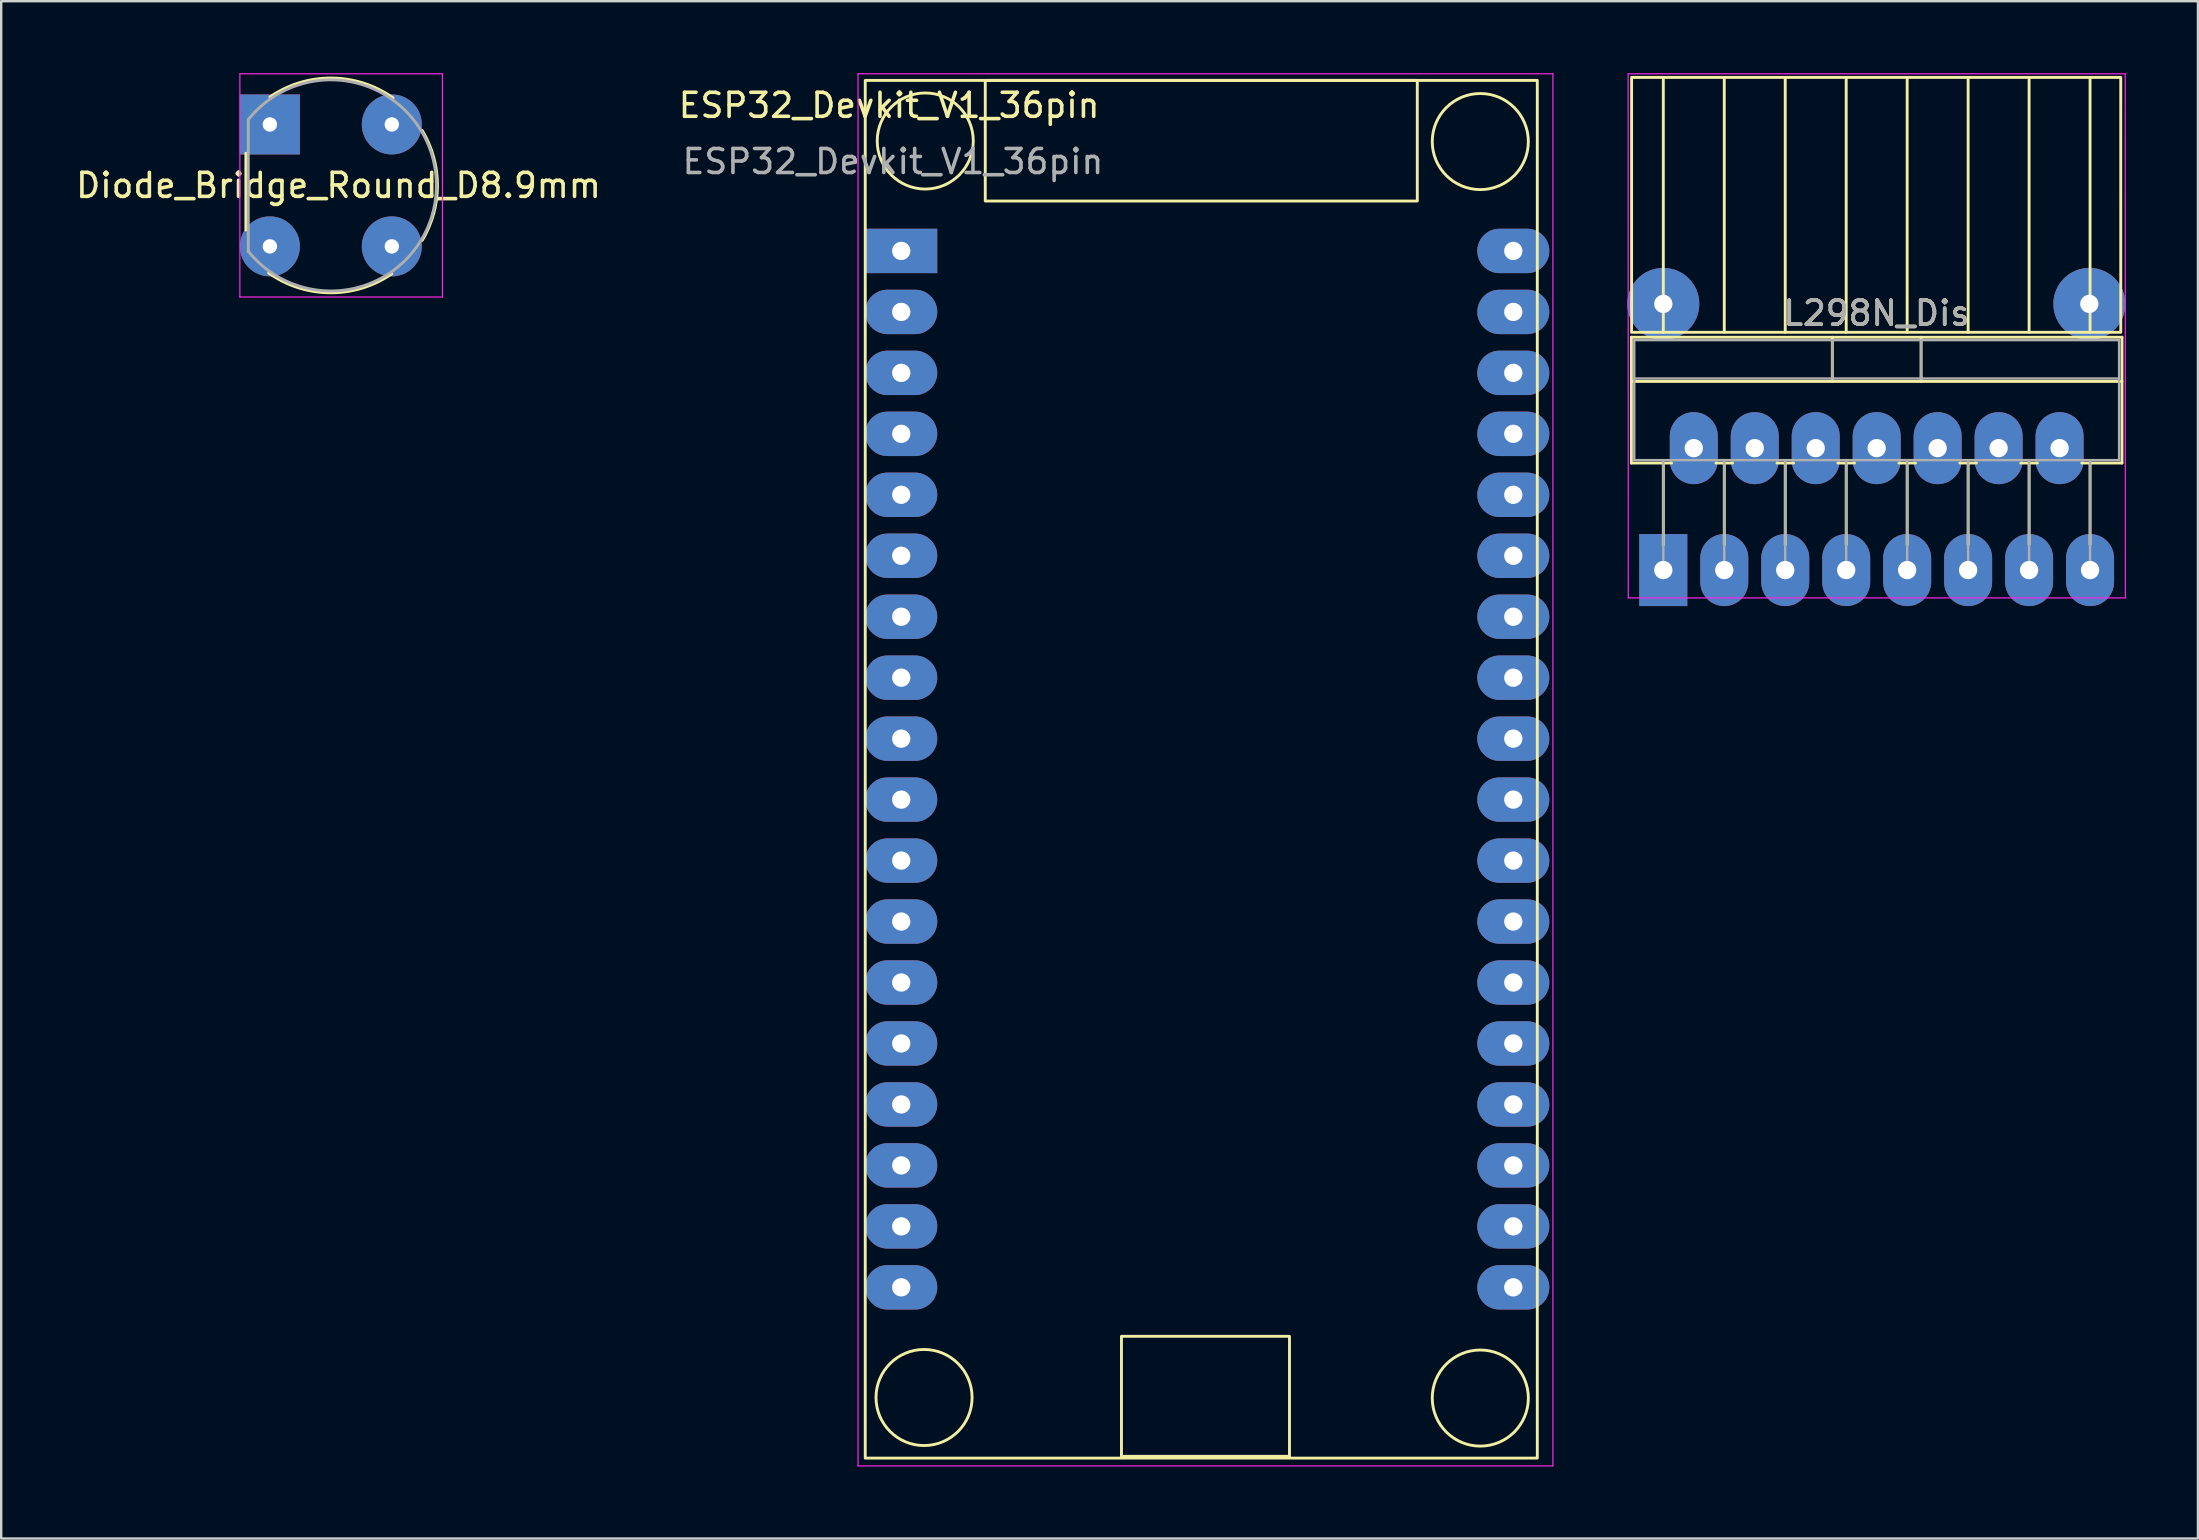
<source format=kicad_pcb>
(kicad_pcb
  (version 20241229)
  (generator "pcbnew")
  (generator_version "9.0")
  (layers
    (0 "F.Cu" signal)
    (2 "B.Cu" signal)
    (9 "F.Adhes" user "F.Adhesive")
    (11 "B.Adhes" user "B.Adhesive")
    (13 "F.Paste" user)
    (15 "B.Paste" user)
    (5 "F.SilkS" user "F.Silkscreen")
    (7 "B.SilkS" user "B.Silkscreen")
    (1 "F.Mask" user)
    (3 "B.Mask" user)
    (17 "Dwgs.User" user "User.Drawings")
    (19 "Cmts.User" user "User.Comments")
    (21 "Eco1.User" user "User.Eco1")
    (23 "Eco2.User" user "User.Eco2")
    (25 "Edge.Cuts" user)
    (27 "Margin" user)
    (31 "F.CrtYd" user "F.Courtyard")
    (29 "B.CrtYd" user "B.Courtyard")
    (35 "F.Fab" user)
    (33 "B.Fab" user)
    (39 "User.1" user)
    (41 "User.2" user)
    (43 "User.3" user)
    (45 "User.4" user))
  (footprint "L298N_Dis"
    (layer "F.Cu")
    (at 64.924 21.611)
    (property "Reference" "L298N_Dis" (at 10.215 -11.61 180) (layer "F.SilkS") (effects (font (size 1 1) (thickness 0.15))))
    (attr through_hole)
    (fp_line (start -0.005 -10.61) (end -0.005 -5.369) (stroke (width 0.12) (type solid)) (layer "F.SilkS"))
    (fp_line (start -0.005 -10.61) (end 20.435 -10.61) (stroke (width 0.12) (type solid)) (layer "F.SilkS"))
    (fp_line (start -0.005 -8.77) (end 20.435 -8.77) (stroke (width 0.12) (type solid)) (layer "F.SilkS"))
    (fp_line (start -0.005 -5.369) (end 1.671 -5.369) (stroke (width 0.12) (type solid)) (layer "F.SilkS"))
    (fp_line (start 1.325 -10.816) (end 1.325 -21.408) (stroke (width 0.12) (type solid)) (layer "F.SilkS"))
    (fp_line (start 1.325 -5.369) (end 1.325 -1.96) (stroke (width 0.12) (type solid)) (layer "F.SilkS"))
    (fp_line (start 3.52 -5.369) (end 4.211 -5.369) (stroke (width 0.12) (type solid)) (layer "F.SilkS"))
    (fp_line (start 3.865 -10.816) (end 3.865 -21.408) (stroke (width 0.12) (type solid)) (layer "F.SilkS"))
    (fp_line (start 3.865 -5.369) (end 3.865 -1.975) (stroke (width 0.12) (type solid)) (layer "F.SilkS"))
    (fp_line (start 6.06 -5.369) (end 6.751 -5.369) (stroke (width 0.12) (type solid)) (layer "F.SilkS"))
    (fp_line (start 6.405 -10.816) (end 6.405 -21.433) (stroke (width 0.12) (type solid)) (layer "F.SilkS"))
    (fp_line (start 6.405 -5.369) (end 6.405 -1.975) (stroke (width 0.12) (type solid)) (layer "F.SilkS"))
    (fp_line (start 8.366 -10.61) (end 8.366 -8.77) (stroke (width 0.12) (type solid)) (layer "F.SilkS"))
    (fp_line (start 8.6 -5.369) (end 9.291 -5.369) (stroke (width 0.12) (type solid)) (layer "F.SilkS"))
    (fp_line (start 8.945 -10.816) (end 8.945 -21.433) (stroke (width 0.12) (type solid)) (layer "F.SilkS"))
    (fp_line (start 8.945 -5.369) (end 8.945 -1.975) (stroke (width 0.12) (type solid)) (layer "F.SilkS"))
    (fp_line (start 11.14 -5.369) (end 11.831 -5.369) (stroke (width 0.12) (type solid)) (layer "F.SilkS"))
    (fp_line (start 11.485 -21.382) (end 11.485 -10.816) (stroke (width 0.12) (type solid)) (layer "F.SilkS"))
    (fp_line (start 11.485 -5.369) (end 11.485 -1.975) (stroke (width 0.12) (type solid)) (layer "F.SilkS"))
    (fp_line (start 12.065 -10.61) (end 12.065 -8.77) (stroke (width 0.12) (type solid)) (layer "F.SilkS"))
    (fp_line (start 13.68 -5.369) (end 14.371 -5.369) (stroke (width 0.12) (type solid)) (layer "F.SilkS"))
    (fp_line (start 14.025 -21.408) (end 14.025 -10.816) (stroke (width 0.12) (type solid)) (layer "F.SilkS"))
    (fp_line (start 14.025 -5.369) (end 14.025 -1.975) (stroke (width 0.12) (type solid)) (layer "F.SilkS"))
    (fp_line (start 16.22 -5.369) (end 16.911 -5.369) (stroke (width 0.12) (type solid)) (layer "F.SilkS"))
    (fp_line (start 16.565 -10.816) (end 16.565 -21.408) (stroke (width 0.12) (type solid)) (layer "F.SilkS"))
    (fp_line (start 16.565 -5.369) (end 16.565 -1.975) (stroke (width 0.12) (type solid)) (layer "F.SilkS"))
    (fp_line (start 18.76 -5.369) (end 20.435 -5.369) (stroke (width 0.12) (type solid)) (layer "F.SilkS"))
    (fp_line (start 19.105 -10.816) (end 19.105 -21.433) (stroke (width 0.12) (type solid)) (layer "F.SilkS"))
    (fp_line (start 19.105 -5.369) (end 19.105 -1.975) (stroke (width 0.12) (type solid)) (layer "F.SilkS"))
    (fp_line (start 20.435 -10.61) (end 20.435 -5.369) (stroke (width 0.12) (type solid)) (layer "F.SilkS"))
    (fp_rect (start 0.004 -10.816) (end 20.384 -21.436) (stroke (width 0.12) (type solid)) (fill no) (layer "F.SilkS"))
    (fp_line (start -0.14 -21.586) (end -0.135 0.25) (stroke (width 0.05) (type solid)) (layer "F.CrtYd"))
    (fp_line (start -0.135 0.25) (end 20.575 0.25) (stroke (width 0.05) (type solid)) (layer "F.CrtYd"))
    (fp_line (start 20.57 -21.586) (end -0.14 -21.586) (stroke (width 0.05) (type solid)) (layer "F.CrtYd"))
    (fp_line (start 20.575 0.25) (end 20.57 -21.586) (stroke (width 0.05) (type solid)) (layer "F.CrtYd"))
    (fp_line (start 0.115 -10.49) (end 0.115 -5.49) (stroke (width 0.1) (type solid)) (layer "F.Fab"))
    (fp_line (start 0.115 -8.89) (end 20.315 -8.89) (stroke (width 0.1) (type solid)) (layer "F.Fab"))
    (fp_line (start 0.115 -5.49) (end 20.315 -5.49) (stroke (width 0.1) (type solid)) (layer "F.Fab"))
    (fp_line (start 1.325 -5.49) (end 1.325 -0.91) (stroke (width 0.1) (type solid)) (layer "F.Fab"))
    (fp_line (start 3.865 -5.49) (end 3.865 -0.91) (stroke (width 0.1) (type solid)) (layer "F.Fab"))
    (fp_line (start 6.405 -5.49) (end 6.405 -0.91) (stroke (width 0.1) (type solid)) (layer "F.Fab"))
    (fp_line (start 8.365 -10.49) (end 8.365 -8.89) (stroke (width 0.1) (type solid)) (layer "F.Fab"))
    (fp_line (start 8.945 -5.49) (end 8.945 -0.91) (stroke (width 0.1) (type solid)) (layer "F.Fab"))
    (fp_line (start 11.485 -5.49) (end 11.485 -0.91) (stroke (width 0.1) (type solid)) (layer "F.Fab"))
    (fp_line (start 12.065 -10.49) (end 12.065 -8.89) (stroke (width 0.1) (type solid)) (layer "F.Fab"))
    (fp_line (start 14.025 -5.49) (end 14.025 -0.91) (stroke (width 0.1) (type solid)) (layer "F.Fab"))
    (fp_line (start 16.565 -5.49) (end 16.565 -0.91) (stroke (width 0.1) (type solid)) (layer "F.Fab"))
    (fp_line (start 19.105 -5.49) (end 19.105 -0.91) (stroke (width 0.1) (type solid)) (layer "F.Fab"))
    (fp_line (start 20.315 -10.49) (end 0.115 -10.49) (stroke (width 0.1) (type solid)) (layer "F.Fab"))
    (fp_line (start 20.315 -5.49) (end 20.315 -10.49) (stroke (width 0.1) (type solid)) (layer "F.Fab"))
    (fp_text user "${REFERENCE}" (at 10.215 -11.61 180) (layer "F.Fab") (effects (font (size 1 1) (thickness 0.15))))
    (pad "1" thru_hole rect (at 1.325 -0.91) (size 2 3) (drill 0.762) (layers "*.Cu" "*.Mask"))
    (pad "2" thru_hole oval (at 2.595 -5.99) (size 2 3) (drill 0.762) (layers "*.Cu" "*.Mask"))
    (pad "3" thru_hole oval (at 3.865 -0.91) (size 2 3) (drill 0.762) (layers "*.Cu" "*.Mask"))
    (pad "4" thru_hole oval (at 5.135 -5.99) (size 2 3) (drill 0.762) (layers "*.Cu" "*.Mask"))
    (pad "5" thru_hole oval (at 6.405 -0.91) (size 2 3) (drill 0.762) (layers "*.Cu" "*.Mask"))
    (pad "6" thru_hole oval (at 7.675 -5.99) (size 2 3) (drill 0.762) (layers "*.Cu" "*.Mask"))
    (pad "7" thru_hole oval (at 8.945 -0.91) (size 2 3) (drill 0.762) (layers "*.Cu" "*.Mask"))
    (pad "8" thru_hole oval (at 10.215 -5.99) (size 2 3) (drill 0.762) (layers "*.Cu" "*.Mask"))
    (pad "9" thru_hole oval (at 11.485 -0.91) (size 2 3) (drill 0.762) (layers "*.Cu" "*.Mask"))
    (pad "10" thru_hole oval (at 12.755 -5.99) (size 2 3) (drill 0.762) (layers "*.Cu" "*.Mask"))
    (pad "11" thru_hole oval (at 14.025 -0.91) (size 2 3) (drill 0.762) (layers "*.Cu" "*.Mask"))
    (pad "12" thru_hole oval (at 15.295 -5.99) (size 2 3) (drill 0.762) (layers "*.Cu" "*.Mask"))
    (pad "13" thru_hole oval (at 16.565 -0.91) (size 2 3) (drill 0.762) (layers "*.Cu" "*.Mask"))
    (pad "14" thru_hole oval (at 17.835 -5.99) (size 2 3) (drill 0.762) (layers "*.Cu" "*.Mask"))
    (pad "15" thru_hole oval (at 19.105 -0.91) (size 2 3) (drill 0.762) (layers "*.Cu" "*.Mask"))
    (pad "16" thru_hole circle (at 1.325 -12) (size 3 3) (drill 0.762) (layers "*.Cu" "*.Mask"))
    (pad "17" thru_hole circle (at 19.075 -12) (size 3 3) (drill 0.762) (layers "*.Cu" "*.Mask")))
  (footprint "ESP32_Devkit_V1_36pin"
    (layer "F.Cu")
    (at 32.999 0.3)
    (property "Reference" "ESP32_Devkit_V1_36pin" (at 0.995 1.04 0) (unlocked yes) (layer "F.SilkS") (effects (font (size 1 1) (thickness 0.15))))
    (attr through_hole)
    (fp_rect (start 0 0) (end 28 57.4) (stroke (width 0.12) (type solid)) (fill no) (layer "F.SilkS"))
    (fp_rect (start 5 0) (end 23 5.025) (stroke (width 0.12) (type solid)) (fill no) (layer "F.SilkS"))
    (fp_rect (start 10.675 52.325) (end 17.675 57.325) (stroke (width 0.12) (type solid)) (fill no) (layer "F.SilkS"))
    (fp_circle (center 2.45 54.875) (end 4.425 55.2) (stroke (width 0.12) (type solid)) (fill no) (layer "F.SilkS"))
    (fp_circle (center 2.5 2.525) (end 4.475 2.85) (stroke (width 0.12) (type solid)) (fill no) (layer "F.SilkS"))
    (fp_circle (center 25.625 2.548) (end 27.6 2.873) (stroke (width 0.12) (type solid)) (fill no) (layer "F.SilkS"))
    (fp_circle (center 25.625 54.898) (end 27.627 54.898) (stroke (width 0.12) (type solid)) (fill no) (layer "F.SilkS"))
    (fp_line (start -0.3 -0.275) (end 28.65 -0.275) (stroke (width 0.05) (type solid)) (layer "F.CrtYd"))
    (fp_line (start -0.3 57.725) (end -0.3 -0.275) (stroke (width 0.05) (type solid)) (layer "F.CrtYd"))
    (fp_line (start -0.3 57.725) (end 28.65 57.725) (stroke (width 0.05) (type solid)) (layer "F.CrtYd"))
    (fp_line (start 28.65 57.725) (end 28.65 -0.275) (stroke (width 0.05) (type solid)) (layer "F.CrtYd"))
    (fp_text user "${REFERENCE}" (at 1.155 3.38 0) (unlocked yes) (layer "F.Fab") (effects (font (size 1 1) (thickness 0.15))))
    (pad "1" thru_hole rect (at 1.5 7.105) (size 3 1.85) (drill 0.762) (layers "*.Cu" "*.Mask"))
    (pad "2" thru_hole oval (at 1.5 9.645) (size 3 1.85) (drill 0.762) (layers "*.Cu" "*.Mask"))
    (pad "3" thru_hole oval (at 1.5 12.185) (size 3 1.85) (drill 0.762) (layers "*.Cu" "*.Mask"))
    (pad "4" thru_hole oval (at 1.5 14.725) (size 3 1.85) (drill 0.762) (layers "*.Cu" "*.Mask"))
    (pad "5" thru_hole oval (at 1.5 17.265) (size 3 1.85) (drill 0.762) (layers "*.Cu" "*.Mask"))
    (pad "6" thru_hole oval (at 1.5 19.805) (size 3 1.85) (drill 0.762) (layers "*.Cu" "*.Mask"))
    (pad "7" thru_hole oval (at 1.5 22.345) (size 3 1.85) (drill 0.762) (layers "*.Cu" "*.Mask"))
    (pad "8" thru_hole oval (at 1.5 24.885) (size 3 1.85) (drill 0.762) (layers "*.Cu" "*.Mask"))
    (pad "9" thru_hole oval (at 1.5 27.425) (size 3 1.85) (drill 0.762) (layers "*.Cu" "*.Mask"))
    (pad "10" thru_hole oval (at 1.5 29.965) (size 3 1.85) (drill 0.762) (layers "*.Cu" "*.Mask"))
    (pad "11" thru_hole oval (at 1.5 32.505) (size 3 1.85) (drill 0.762) (layers "*.Cu" "*.Mask"))
    (pad "12" thru_hole oval (at 1.5 35.045) (size 3 1.85) (drill 0.762) (layers "*.Cu" "*.Mask"))
    (pad "13" thru_hole oval (at 1.5 37.585) (size 3 1.85) (drill 0.762) (layers "*.Cu" "*.Mask"))
    (pad "14" thru_hole oval (at 1.5 40.125) (size 3 1.85) (drill 0.762) (layers "*.Cu" "*.Mask"))
    (pad "15" thru_hole oval (at 1.5 42.665) (size 3 1.85) (drill 0.762) (layers "*.Cu" "*.Mask"))
    (pad "16" thru_hole oval (at 1.5 45.205) (size 3 1.85) (drill 0.762) (layers "*.Cu" "*.Mask"))
    (pad "17" thru_hole oval (at 1.5 47.745) (size 3 1.85) (drill 0.762) (layers "*.Cu" "*.Mask"))
    (pad "18" thru_hole oval (at 1.5 50.285) (size 3 1.85) (drill 0.762) (layers "*.Cu" "*.Mask"))
    (pad "19" thru_hole oval (at 27 50.285) (size 3 1.85) (drill 0.762) (layers "*.Cu" "*.Mask"))
    (pad "20" thru_hole oval (at 27 47.745) (size 3 1.85) (drill 0.762) (layers "*.Cu" "*.Mask"))
    (pad "21" thru_hole oval (at 27 45.205) (size 3 1.85) (drill 0.762) (layers "*.Cu" "*.Mask"))
    (pad "22" thru_hole oval (at 27 42.665) (size 3 1.85) (drill 0.762) (layers "*.Cu" "*.Mask"))
    (pad "23" thru_hole oval (at 27 40.125) (size 3 1.85) (drill 0.762) (layers "*.Cu" "*.Mask"))
    (pad "24" thru_hole oval (at 27 37.585) (size 3 1.85) (drill 0.762) (layers "*.Cu" "*.Mask"))
    (pad "25" thru_hole oval (at 27 35.045) (size 3 1.85) (drill 0.762) (layers "*.Cu" "*.Mask"))
    (pad "26" thru_hole oval (at 27 32.505) (size 3 1.85) (drill 0.762) (layers "*.Cu" "*.Mask"))
    (pad "27" thru_hole oval (at 27 29.965) (size 3 1.85) (drill 0.762) (layers "*.Cu" "*.Mask"))
    (pad "28" thru_hole oval (at 27 27.425) (size 3 1.85) (drill 0.762) (layers "*.Cu" "*.Mask"))
    (pad "29" thru_hole oval (at 27 24.885) (size 3 1.85) (drill 0.762) (layers "*.Cu" "*.Mask"))
    (pad "30" thru_hole oval (at 27 22.345) (size 3 1.85) (drill 0.762) (layers "*.Cu" "*.Mask"))
    (pad "31" thru_hole oval (at 27 19.805) (size 3 1.85) (drill 0.762) (layers "*.Cu" "*.Mask"))
    (pad "32" thru_hole oval (at 27 17.265) (size 3 1.85) (drill 0.762) (layers "*.Cu" "*.Mask"))
    (pad "33" thru_hole oval (at 27 14.725) (size 3 1.85) (drill 0.762) (layers "*.Cu" "*.Mask"))
    (pad "34" thru_hole oval (at 27 12.185) (size 3 1.85) (drill 0.762) (layers "*.Cu" "*.Mask"))
    (pad "35" thru_hole oval (at 27 9.645) (size 3 1.85) (drill 0.762) (layers "*.Cu" "*.Mask"))
    (pad "36" thru_hole oval (at 27 7.105) (size 3 1.85) (drill 0.762) (layers "*.Cu" "*.Mask")))
  (footprint "Diode_Bridge_Round_D8.9mm"
    (layer "F.Cu")
    (at 11.124 4.59)
    (property "Reference" "Diode_Bridge_Round_D8.9mm" (at -0.07 0.085 0) (unlocked yes) (layer "F.SilkS") (effects (font (size 1 1) (thickness 0.15))))
    (attr through_hole)
    (fp_line (start -3.93 -1.255) (end -3.93 1.945) (stroke (width 0.12) (type solid)) (layer "F.SilkS"))
    (fp_arc (start -2.93 -3.598) (mid -0.358164 -4.388821) (end 2.202157 -3.561479) (stroke (width 0.12) (type solid)) (layer "F.SilkS"))
    (fp_arc (start 2.15 3.768) (mid -0.421836 4.558821) (end -2.982157 3.731479) (stroke (width 0.12) (type solid)) (layer "F.SilkS"))
    (fp_arc (start 3.42 -2.201) (mid 4.053184 0.08781) (end 3.417105 2.375818) (stroke (width 0.12) (type solid)) (layer "F.SilkS"))
    (fp_line (start -4.18 -4.565) (end -4.18 4.735) (stroke (width 0.05) (type solid)) (layer "F.CrtYd"))
    (fp_line (start -4.18 -4.565) (end 4.26 -4.565) (stroke (width 0.05) (type solid)) (layer "F.CrtYd"))
    (fp_line (start 4.26 4.735) (end -4.18 4.735) (stroke (width 0.05) (type solid)) (layer "F.CrtYd"))
    (fp_line (start 4.26 4.735) (end 4.26 -4.565) (stroke (width 0.05) (type solid)) (layer "F.CrtYd"))
    (fp_line (start -3.83 -2.655) (end -3.83 2.845) (stroke (width 0.12) (type solid)) (layer "F.Fab"))
    (fp_arc (start -3.83 -2.655) (mid 4.007862 0.087896) (end -3.833606 2.820467) (stroke (width 0.12) (type solid)) (layer "F.Fab"))
    (pad "1" thru_hole rect (at -2.93 -2.455) (size 2.5 2.5) (drill 0.6) (layers "*.Cu" "*.Mask"))
    (pad "2" thru_hole oval (at -2.93 2.625) (size 2.5 2.5) (drill 0.6) (layers "*.Cu" "*.Mask"))
    (pad "3" thru_hole oval (at 2.15 2.625) (size 2.5 2.5) (drill 0.6) (layers "*.Cu" "*.Mask"))
    (pad "4" thru_hole oval (at 2.15 -2.455) (size 2.5 2.5) (drill 0.6) (layers "*.Cu" "*.Mask")))
  (gr_rect
    (start -3 -3)
    (end 88.524 61.05)
    (stroke (width 0.1) (type default))
    (fill no)
    (layer "Edge.Cuts")))
</source>
